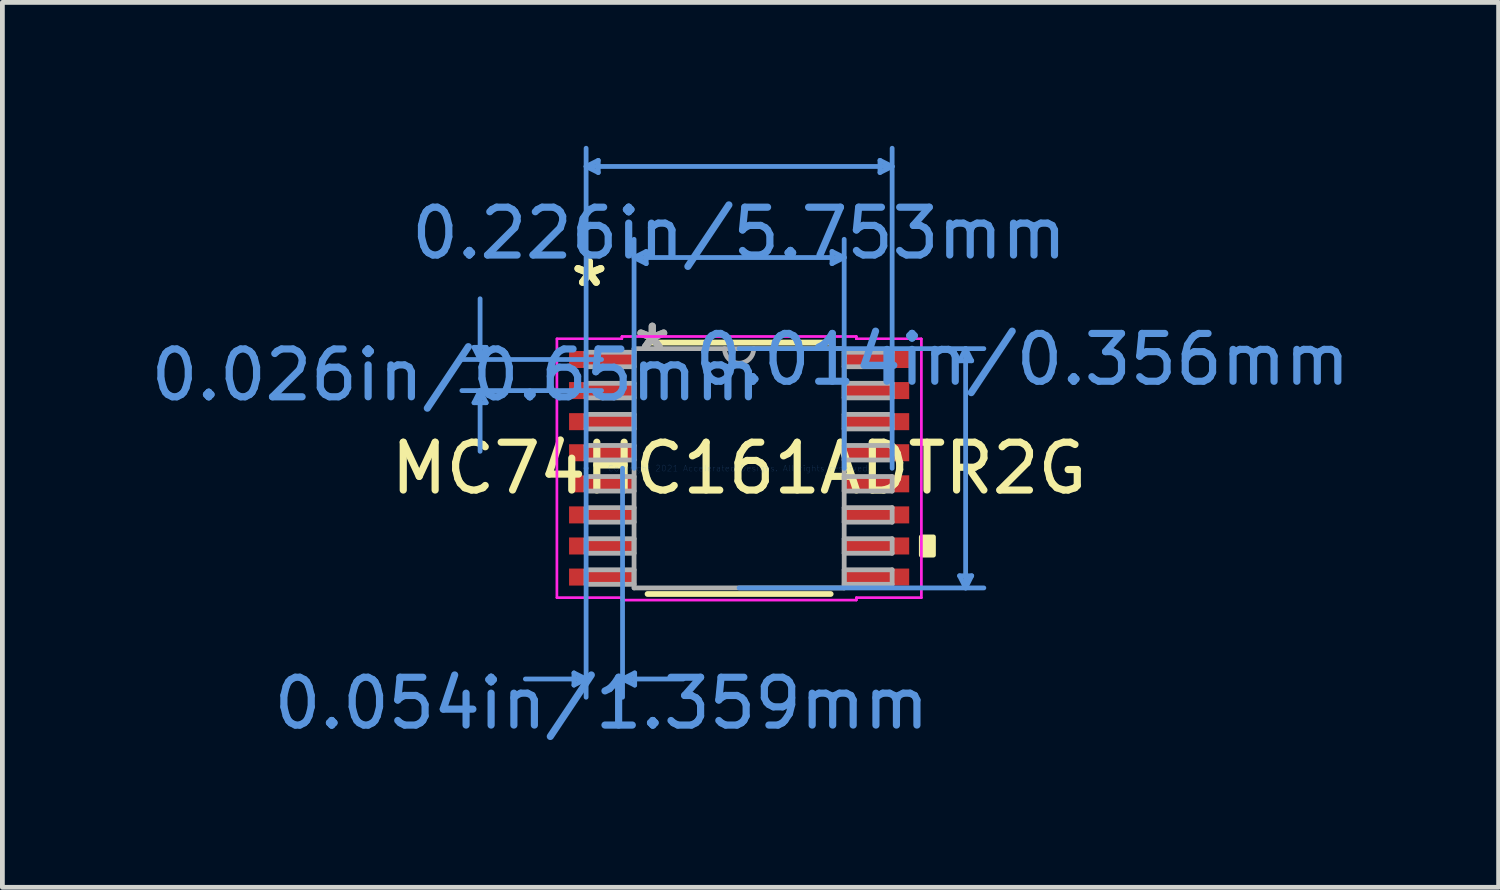
<source format=kicad_pcb>
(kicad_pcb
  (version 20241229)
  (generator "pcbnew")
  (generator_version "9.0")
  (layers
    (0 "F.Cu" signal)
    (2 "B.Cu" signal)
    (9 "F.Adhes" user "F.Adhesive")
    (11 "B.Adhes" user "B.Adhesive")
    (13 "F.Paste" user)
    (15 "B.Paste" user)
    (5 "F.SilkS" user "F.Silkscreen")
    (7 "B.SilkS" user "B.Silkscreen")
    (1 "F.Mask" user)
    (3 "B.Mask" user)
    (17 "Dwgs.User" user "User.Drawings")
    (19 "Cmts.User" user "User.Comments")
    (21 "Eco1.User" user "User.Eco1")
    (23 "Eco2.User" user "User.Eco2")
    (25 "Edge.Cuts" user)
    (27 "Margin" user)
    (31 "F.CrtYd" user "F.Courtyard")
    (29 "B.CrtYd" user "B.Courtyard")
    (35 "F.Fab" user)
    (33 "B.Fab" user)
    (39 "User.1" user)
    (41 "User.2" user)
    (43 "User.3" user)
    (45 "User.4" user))
  (footprint "MC74HC161ADTR2G"
    (layer "F.Cu")
    (at 12.407 6.743)
    (property "Reference" "MC74HC161ADTR2G" (at 0 0 0) (layer "F.SilkS") (effects (font (size 1 1) (thickness 0.15))))
    (attr through_hole)
    (fp_line (start -1.915 2.629) (end 1.915 2.629) (stroke (width 0.12) (type solid)) (layer "F.SilkS"))
    (fp_line (start 1.915 -2.629) (end -1.915 -2.629) (stroke (width 0.12) (type solid)) (layer "F.SilkS"))
    (fp_poly (pts (xy 4.064 1.435) (xy 4.064 1.816) (xy 3.81 1.816) (xy 3.81 1.435)) (stroke (width 0.1) (type solid)) (fill yes) (layer "F.SilkS"))
    (fp_line (start -5.544 -2.529) (end -5.29 -2.529) (stroke (width 0.1) (type solid)) (layer "Cmts.User"))
    (fp_line (start -5.544 -1.371) (end -5.29 -1.371) (stroke (width 0.1) (type solid)) (layer "Cmts.User"))
    (fp_line (start -5.417 -2.275) (end -5.544 -2.529) (stroke (width 0.1) (type solid)) (layer "Cmts.User"))
    (fp_line (start -5.417 -2.275) (end -5.417 -3.545) (stroke (width 0.1) (type solid)) (layer "Cmts.User"))
    (fp_line (start -5.417 -2.275) (end -5.29 -2.529) (stroke (width 0.1) (type solid)) (layer "Cmts.User"))
    (fp_line (start -5.417 -1.625) (end -5.544 -1.371) (stroke (width 0.1) (type solid)) (layer "Cmts.User"))
    (fp_line (start -5.417 -1.625) (end -5.417 -0.355) (stroke (width 0.1) (type solid)) (layer "Cmts.User"))
    (fp_line (start -5.417 -1.625) (end -5.29 -1.371) (stroke (width 0.1) (type solid)) (layer "Cmts.User"))
    (fp_line (start -3.454 4.28) (end -3.454 4.534) (stroke (width 0.1) (type solid)) (layer "Cmts.User"))
    (fp_line (start -3.2 -6.312) (end -2.946 -6.439) (stroke (width 0.1) (type solid)) (layer "Cmts.User"))
    (fp_line (start -3.2 -6.312) (end -2.946 -6.185) (stroke (width 0.1) (type solid)) (layer "Cmts.User"))
    (fp_line (start -3.2 -6.312) (end 3.2 -6.312) (stroke (width 0.1) (type solid)) (layer "Cmts.User"))
    (fp_line (start -3.2 0) (end -3.2 -6.693) (stroke (width 0.1) (type solid)) (layer "Cmts.User"))
    (fp_line (start -3.2 0) (end -3.2 4.788) (stroke (width 0.1) (type solid)) (layer "Cmts.User"))
    (fp_line (start -3.2 4.407) (end -4.47 4.407) (stroke (width 0.1) (type solid)) (layer "Cmts.User"))
    (fp_line (start -3.2 4.407) (end -3.454 4.28) (stroke (width 0.1) (type solid)) (layer "Cmts.User"))
    (fp_line (start -3.2 4.407) (end -3.454 4.534) (stroke (width 0.1) (type solid)) (layer "Cmts.User"))
    (fp_line (start -2.946 -6.439) (end -2.946 -6.185) (stroke (width 0.1) (type solid)) (layer "Cmts.User"))
    (fp_line (start -2.877 -2.275) (end -5.798 -2.275) (stroke (width 0.1) (type solid)) (layer "Cmts.User"))
    (fp_line (start -2.877 -1.625) (end -5.798 -1.625) (stroke (width 0.1) (type solid)) (layer "Cmts.User"))
    (fp_line (start -2.438 0) (end -2.438 4.788) (stroke (width 0.1) (type solid)) (layer "Cmts.User"))
    (fp_line (start -2.438 4.407) (end -2.184 4.28) (stroke (width 0.1) (type solid)) (layer "Cmts.User"))
    (fp_line (start -2.438 4.407) (end -2.184 4.534) (stroke (width 0.1) (type solid)) (layer "Cmts.User"))
    (fp_line (start -2.438 4.407) (end -1.168 4.407) (stroke (width 0.1) (type solid)) (layer "Cmts.User"))
    (fp_line (start -2.197 -4.407) (end -1.943 -4.534) (stroke (width 0.1) (type solid)) (layer "Cmts.User"))
    (fp_line (start -2.197 -4.407) (end -1.943 -4.28) (stroke (width 0.1) (type solid)) (layer "Cmts.User"))
    (fp_line (start -2.197 -4.407) (end 2.197 -4.407) (stroke (width 0.1) (type solid)) (layer "Cmts.User"))
    (fp_line (start -2.197 0) (end -2.197 -4.788) (stroke (width 0.1) (type solid)) (layer "Cmts.User"))
    (fp_line (start -2.184 4.28) (end -2.184 4.534) (stroke (width 0.1) (type solid)) (layer "Cmts.User"))
    (fp_line (start -1.943 -4.534) (end -1.943 -4.28) (stroke (width 0.1) (type solid)) (layer "Cmts.User"))
    (fp_line (start 0 -2.502) (end 5.118 -2.502) (stroke (width 0.1) (type solid)) (layer "Cmts.User"))
    (fp_line (start 0 2.502) (end 5.118 2.502) (stroke (width 0.1) (type solid)) (layer "Cmts.User"))
    (fp_line (start 1.943 -4.534) (end 1.943 -4.28) (stroke (width 0.1) (type solid)) (layer "Cmts.User"))
    (fp_line (start 2.197 -4.407) (end 1.943 -4.534) (stroke (width 0.1) (type solid)) (layer "Cmts.User"))
    (fp_line (start 2.197 -4.407) (end 1.943 -4.28) (stroke (width 0.1) (type solid)) (layer "Cmts.User"))
    (fp_line (start 2.197 0) (end 2.197 -4.788) (stroke (width 0.1) (type solid)) (layer "Cmts.User"))
    (fp_line (start 2.946 -6.439) (end 2.946 -6.185) (stroke (width 0.1) (type solid)) (layer "Cmts.User"))
    (fp_line (start 3.2 -6.312) (end 2.946 -6.439) (stroke (width 0.1) (type solid)) (layer "Cmts.User"))
    (fp_line (start 3.2 -6.312) (end 2.946 -6.185) (stroke (width 0.1) (type solid)) (layer "Cmts.User"))
    (fp_line (start 3.2 0) (end 3.2 -6.693) (stroke (width 0.1) (type solid)) (layer "Cmts.User"))
    (fp_line (start 4.61 -2.248) (end 4.864 -2.248) (stroke (width 0.1) (type solid)) (layer "Cmts.User"))
    (fp_line (start 4.61 2.248) (end 4.864 2.248) (stroke (width 0.1) (type solid)) (layer "Cmts.User"))
    (fp_line (start 4.737 -2.502) (end 4.61 -2.248) (stroke (width 0.1) (type solid)) (layer "Cmts.User"))
    (fp_line (start 4.737 -2.502) (end 4.737 2.502) (stroke (width 0.1) (type solid)) (layer "Cmts.User"))
    (fp_line (start 4.737 -2.502) (end 4.864 -2.248) (stroke (width 0.1) (type solid)) (layer "Cmts.User"))
    (fp_line (start 4.737 2.502) (end 4.61 2.248) (stroke (width 0.1) (type solid)) (layer "Cmts.User"))
    (fp_line (start 4.737 2.502) (end 4.864 2.248) (stroke (width 0.1) (type solid)) (layer "Cmts.User"))
    (fp_line (start -3.81 -2.707) (end -2.451 -2.707) (stroke (width 0.05) (type solid)) (layer "F.CrtYd"))
    (fp_line (start -3.81 -2.707) (end -2.451 -2.707) (stroke (width 0.05) (type solid)) (layer "F.CrtYd"))
    (fp_line (start -3.81 2.707) (end -3.81 -2.707) (stroke (width 0.05) (type solid)) (layer "F.CrtYd"))
    (fp_line (start -3.81 2.707) (end -3.81 -2.707) (stroke (width 0.05) (type solid)) (layer "F.CrtYd"))
    (fp_line (start -3.81 2.707) (end -2.451 2.707) (stroke (width 0.05) (type solid)) (layer "F.CrtYd"))
    (fp_line (start -2.451 -2.756) (end 2.451 -2.756) (stroke (width 0.05) (type solid)) (layer "F.CrtYd"))
    (fp_line (start -2.451 -2.756) (end 2.451 -2.756) (stroke (width 0.05) (type solid)) (layer "F.CrtYd"))
    (fp_line (start -2.451 -2.707) (end -2.451 -2.756) (stroke (width 0.05) (type solid)) (layer "F.CrtYd"))
    (fp_line (start -2.451 -2.707) (end -2.451 -2.756) (stroke (width 0.05) (type solid)) (layer "F.CrtYd"))
    (fp_line (start -2.451 2.707) (end -3.81 2.707) (stroke (width 0.05) (type solid)) (layer "F.CrtYd"))
    (fp_line (start -2.451 2.756) (end -2.451 2.707) (stroke (width 0.05) (type solid)) (layer "F.CrtYd"))
    (fp_line (start -2.451 2.756) (end -2.451 2.707) (stroke (width 0.05) (type solid)) (layer "F.CrtYd"))
    (fp_line (start 2.451 -2.756) (end 2.451 -2.707) (stroke (width 0.05) (type solid)) (layer "F.CrtYd"))
    (fp_line (start 2.451 -2.756) (end 2.451 -2.707) (stroke (width 0.05) (type solid)) (layer "F.CrtYd"))
    (fp_line (start 2.451 -2.707) (end 3.81 -2.707) (stroke (width 0.05) (type solid)) (layer "F.CrtYd"))
    (fp_line (start 2.451 2.707) (end 2.451 2.756) (stroke (width 0.05) (type solid)) (layer "F.CrtYd"))
    (fp_line (start 2.451 2.707) (end 2.451 2.756) (stroke (width 0.05) (type solid)) (layer "F.CrtYd"))
    (fp_line (start 2.451 2.756) (end -2.451 2.756) (stroke (width 0.05) (type solid)) (layer "F.CrtYd"))
    (fp_line (start 2.451 2.756) (end -2.451 2.756) (stroke (width 0.05) (type solid)) (layer "F.CrtYd"))
    (fp_line (start 3.81 -2.707) (end 2.451 -2.707) (stroke (width 0.05) (type solid)) (layer "F.CrtYd"))
    (fp_line (start 3.81 -2.707) (end 3.81 2.707) (stroke (width 0.05) (type solid)) (layer "F.CrtYd"))
    (fp_line (start 3.81 -2.707) (end 3.81 2.707) (stroke (width 0.05) (type solid)) (layer "F.CrtYd"))
    (fp_line (start 3.81 2.707) (end 2.451 2.707) (stroke (width 0.05) (type solid)) (layer "F.CrtYd"))
    (fp_line (start 3.81 2.707) (end 2.451 2.707) (stroke (width 0.05) (type solid)) (layer "F.CrtYd"))
    (fp_line (start -3.2 -2.427) (end -3.2 -2.123) (stroke (width 0.1) (type solid)) (layer "F.Fab"))
    (fp_line (start -3.2 -2.123) (end -2.197 -2.123) (stroke (width 0.1) (type solid)) (layer "F.Fab"))
    (fp_line (start -3.2 -1.777) (end -3.2 -1.473) (stroke (width 0.1) (type solid)) (layer "F.Fab"))
    (fp_line (start -3.2 -1.473) (end -2.197 -1.473) (stroke (width 0.1) (type solid)) (layer "F.Fab"))
    (fp_line (start -3.2 -1.127) (end -3.2 -0.823) (stroke (width 0.1) (type solid)) (layer "F.Fab"))
    (fp_line (start -3.2 -0.823) (end -2.197 -0.823) (stroke (width 0.1) (type solid)) (layer "F.Fab"))
    (fp_line (start -3.2 -0.477) (end -3.2 -0.173) (stroke (width 0.1) (type solid)) (layer "F.Fab"))
    (fp_line (start -3.2 -0.173) (end -2.197 -0.173) (stroke (width 0.1) (type solid)) (layer "F.Fab"))
    (fp_line (start -3.2 0.173) (end -3.2 0.477) (stroke (width 0.1) (type solid)) (layer "F.Fab"))
    (fp_line (start -3.2 0.477) (end -2.197 0.477) (stroke (width 0.1) (type solid)) (layer "F.Fab"))
    (fp_line (start -3.2 0.823) (end -3.2 1.127) (stroke (width 0.1) (type solid)) (layer "F.Fab"))
    (fp_line (start -3.2 1.127) (end -2.197 1.127) (stroke (width 0.1) (type solid)) (layer "F.Fab"))
    (fp_line (start -3.2 1.473) (end -3.2 1.777) (stroke (width 0.1) (type solid)) (layer "F.Fab"))
    (fp_line (start -3.2 1.777) (end -2.197 1.777) (stroke (width 0.1) (type solid)) (layer "F.Fab"))
    (fp_line (start -3.2 2.123) (end -3.2 2.427) (stroke (width 0.1) (type solid)) (layer "F.Fab"))
    (fp_line (start -3.2 2.427) (end -2.197 2.427) (stroke (width 0.1) (type solid)) (layer "F.Fab"))
    (fp_line (start -2.197 -2.502) (end -2.197 2.502) (stroke (width 0.1) (type solid)) (layer "F.Fab"))
    (fp_line (start -2.197 -2.427) (end -3.2 -2.427) (stroke (width 0.1) (type solid)) (layer "F.Fab"))
    (fp_line (start -2.197 -2.123) (end -2.197 -2.427) (stroke (width 0.1) (type solid)) (layer "F.Fab"))
    (fp_line (start -2.197 -1.777) (end -3.2 -1.777) (stroke (width 0.1) (type solid)) (layer "F.Fab"))
    (fp_line (start -2.197 -1.473) (end -2.197 -1.777) (stroke (width 0.1) (type solid)) (layer "F.Fab"))
    (fp_line (start -2.197 -1.127) (end -3.2 -1.127) (stroke (width 0.1) (type solid)) (layer "F.Fab"))
    (fp_line (start -2.197 -0.823) (end -2.197 -1.127) (stroke (width 0.1) (type solid)) (layer "F.Fab"))
    (fp_line (start -2.197 -0.477) (end -3.2 -0.477) (stroke (width 0.1) (type solid)) (layer "F.Fab"))
    (fp_line (start -2.197 -0.173) (end -2.197 -0.477) (stroke (width 0.1) (type solid)) (layer "F.Fab"))
    (fp_line (start -2.197 0.173) (end -3.2 0.173) (stroke (width 0.1) (type solid)) (layer "F.Fab"))
    (fp_line (start -2.197 0.477) (end -2.197 0.173) (stroke (width 0.1) (type solid)) (layer "F.Fab"))
    (fp_line (start -2.197 0.823) (end -3.2 0.823) (stroke (width 0.1) (type solid)) (layer "F.Fab"))
    (fp_line (start -2.197 1.127) (end -2.197 0.823) (stroke (width 0.1) (type solid)) (layer "F.Fab"))
    (fp_line (start -2.197 1.473) (end -3.2 1.473) (stroke (width 0.1) (type solid)) (layer "F.Fab"))
    (fp_line (start -2.197 1.777) (end -2.197 1.473) (stroke (width 0.1) (type solid)) (layer "F.Fab"))
    (fp_line (start -2.197 2.123) (end -3.2 2.123) (stroke (width 0.1) (type solid)) (layer "F.Fab"))
    (fp_line (start -2.197 2.427) (end -2.197 2.123) (stroke (width 0.1) (type solid)) (layer "F.Fab"))
    (fp_line (start -2.197 2.502) (end 2.197 2.502) (stroke (width 0.1) (type solid)) (layer "F.Fab"))
    (fp_line (start 2.197 -2.502) (end -2.197 -2.502) (stroke (width 0.1) (type solid)) (layer "F.Fab"))
    (fp_line (start 2.197 -2.427) (end 2.197 -2.123) (stroke (width 0.1) (type solid)) (layer "F.Fab"))
    (fp_line (start 2.197 -2.123) (end 3.2 -2.123) (stroke (width 0.1) (type solid)) (layer "F.Fab"))
    (fp_line (start 2.197 -1.777) (end 2.197 -1.473) (stroke (width 0.1) (type solid)) (layer "F.Fab"))
    (fp_line (start 2.197 -1.473) (end 3.2 -1.473) (stroke (width 0.1) (type solid)) (layer "F.Fab"))
    (fp_line (start 2.197 -1.127) (end 2.197 -0.823) (stroke (width 0.1) (type solid)) (layer "F.Fab"))
    (fp_line (start 2.197 -0.823) (end 3.2 -0.823) (stroke (width 0.1) (type solid)) (layer "F.Fab"))
    (fp_line (start 2.197 -0.477) (end 2.197 -0.173) (stroke (width 0.1) (type solid)) (layer "F.Fab"))
    (fp_line (start 2.197 -0.173) (end 3.2 -0.173) (stroke (width 0.1) (type solid)) (layer "F.Fab"))
    (fp_line (start 2.197 0.173) (end 2.197 0.477) (stroke (width 0.1) (type solid)) (layer "F.Fab"))
    (fp_line (start 2.197 0.477) (end 3.2 0.477) (stroke (width 0.1) (type solid)) (layer "F.Fab"))
    (fp_line (start 2.197 0.823) (end 2.197 1.127) (stroke (width 0.1) (type solid)) (layer "F.Fab"))
    (fp_line (start 2.197 1.127) (end 3.2 1.127) (stroke (width 0.1) (type solid)) (layer "F.Fab"))
    (fp_line (start 2.197 1.473) (end 2.197 1.777) (stroke (width 0.1) (type solid)) (layer "F.Fab"))
    (fp_line (start 2.197 1.777) (end 3.2 1.777) (stroke (width 0.1) (type solid)) (layer "F.Fab"))
    (fp_line (start 2.197 2.123) (end 2.197 2.427) (stroke (width 0.1) (type solid)) (layer "F.Fab"))
    (fp_line (start 2.197 2.427) (end 3.2 2.427) (stroke (width 0.1) (type solid)) (layer "F.Fab"))
    (fp_line (start 2.197 2.502) (end 2.197 -2.502) (stroke (width 0.1) (type solid)) (layer "F.Fab"))
    (fp_line (start 3.2 -2.427) (end 2.197 -2.427) (stroke (width 0.1) (type solid)) (layer "F.Fab"))
    (fp_line (start 3.2 -2.123) (end 3.2 -2.427) (stroke (width 0.1) (type solid)) (layer "F.Fab"))
    (fp_line (start 3.2 -1.777) (end 2.197 -1.777) (stroke (width 0.1) (type solid)) (layer "F.Fab"))
    (fp_line (start 3.2 -1.473) (end 3.2 -1.777) (stroke (width 0.1) (type solid)) (layer "F.Fab"))
    (fp_line (start 3.2 -1.127) (end 2.197 -1.127) (stroke (width 0.1) (type solid)) (layer "F.Fab"))
    (fp_line (start 3.2 -0.823) (end 3.2 -1.127) (stroke (width 0.1) (type solid)) (layer "F.Fab"))
    (fp_line (start 3.2 -0.477) (end 2.197 -0.477) (stroke (width 0.1) (type solid)) (layer "F.Fab"))
    (fp_line (start 3.2 -0.173) (end 3.2 -0.477) (stroke (width 0.1) (type solid)) (layer "F.Fab"))
    (fp_line (start 3.2 0.173) (end 2.197 0.173) (stroke (width 0.1) (type solid)) (layer "F.Fab"))
    (fp_line (start 3.2 0.477) (end 3.2 0.173) (stroke (width 0.1) (type solid)) (layer "F.Fab"))
    (fp_line (start 3.2 0.823) (end 2.197 0.823) (stroke (width 0.1) (type solid)) (layer "F.Fab"))
    (fp_line (start 3.2 1.127) (end 3.2 0.823) (stroke (width 0.1) (type solid)) (layer "F.Fab"))
    (fp_line (start 3.2 1.473) (end 2.197 1.473) (stroke (width 0.1) (type solid)) (layer "F.Fab"))
    (fp_line (start 3.2 1.777) (end 3.2 1.473) (stroke (width 0.1) (type solid)) (layer "F.Fab"))
    (fp_line (start 3.2 2.123) (end 2.197 2.123) (stroke (width 0.1) (type solid)) (layer "F.Fab"))
    (fp_line (start 3.2 2.427) (end 3.2 2.123) (stroke (width 0.1) (type solid)) (layer "F.Fab"))
    (fp_arc (start 0.3048 -2.5019) (mid 0 -2.1971) (end -0.3048 -2.5019) (stroke (width 0.1) (type solid)) (layer "F.Fab"))
    (fp_text user "*" (at -3.131 -3.774 0) (layer "F.SilkS") (effects (font (size 1 1) (thickness 0.15))))
    (fp_text user "*" (at -3.131 -3.774 0) (layer "F.SilkS") (effects (font (size 1 1) (thickness 0.15))))
    (fp_text user "Copyright 2021 Accelerated Designs. All rights reserved." (at 0 0 0) (layer "Cmts.User") (effects (font (size 0.127 0.127) (thickness 0.002))))
    (fp_text user "0.226in/5.753mm" (at 0 -4.915 0) (layer "Cmts.User") (effects (font (size 1 1) (thickness 0.15))))
    (fp_text user "0.014in/0.356mm" (at 5.925 -2.275 0) (layer "Cmts.User") (effects (font (size 1 1) (thickness 0.15))))
    (fp_text user "0.054in/1.359mm" (at -2.877 4.915 0) (layer "Cmts.User") (effects (font (size 1 1) (thickness 0.15))))
    (fp_text user "0.026in/0.65mm" (at -5.925 -1.95 0) (layer "Cmts.User") (effects (font (size 1 1) (thickness 0.15))))
    (fp_text user "*" (at -1.816 -2.426 0) (layer "F.Fab") (effects (font (size 1 1) (thickness 0.15))))
    (fp_text user "*" (at -1.816 -2.426 0) (layer "F.Fab") (effects (font (size 1 1) (thickness 0.15))))
    (pad "1" smd rect (at -2.877 -2.275) (size 1.359 0.356) (layers "F.Cu" "F.Mask" "F.Paste"))
    (pad "2" smd rect (at -2.877 -1.625) (size 1.359 0.356) (layers "F.Cu" "F.Mask" "F.Paste"))
    (pad "3" smd rect (at -2.877 -0.975) (size 1.359 0.356) (layers "F.Cu" "F.Mask" "F.Paste"))
    (pad "4" smd rect (at -2.877 -0.325) (size 1.359 0.356) (layers "F.Cu" "F.Mask" "F.Paste"))
    (pad "5" smd rect (at -2.877 0.325) (size 1.359 0.356) (layers "F.Cu" "F.Mask" "F.Paste"))
    (pad "6" smd rect (at -2.877 0.975) (size 1.359 0.356) (layers "F.Cu" "F.Mask" "F.Paste"))
    (pad "7" smd rect (at -2.877 1.625) (size 1.359 0.356) (layers "F.Cu" "F.Mask" "F.Paste"))
    (pad "8" smd rect (at -2.877 2.275) (size 1.359 0.356) (layers "F.Cu" "F.Mask" "F.Paste"))
    (pad "9" smd rect (at 2.877 2.275) (size 1.359 0.356) (layers "F.Cu" "F.Mask" "F.Paste"))
    (pad "10" smd rect (at 2.877 1.625) (size 1.359 0.356) (layers "F.Cu" "F.Mask" "F.Paste"))
    (pad "11" smd rect (at 2.877 0.975) (size 1.359 0.356) (layers "F.Cu" "F.Mask" "F.Paste"))
    (pad "12" smd rect (at 2.877 0.325) (size 1.359 0.356) (layers "F.Cu" "F.Mask" "F.Paste"))
    (pad "13" smd rect (at 2.877 -0.325) (size 1.359 0.356) (layers "F.Cu" "F.Mask" "F.Paste"))
    (pad "14" smd rect (at 2.877 -0.975) (size 1.359 0.356) (layers "F.Cu" "F.Mask" "F.Paste"))
    (pad "15" smd rect (at 2.877 -1.625) (size 1.359 0.356) (layers "F.Cu" "F.Mask" "F.Paste"))
    (pad "16" smd rect (at 2.877 -2.275) (size 1.359 0.356) (layers "F.Cu" "F.Mask" "F.Paste")))
  (gr_rect
    (start -3 -3)
    (end 28.29 15.506)
    (stroke (width 0.1) (type default))
    (fill no)
    (layer "Edge.Cuts")))
</source>
